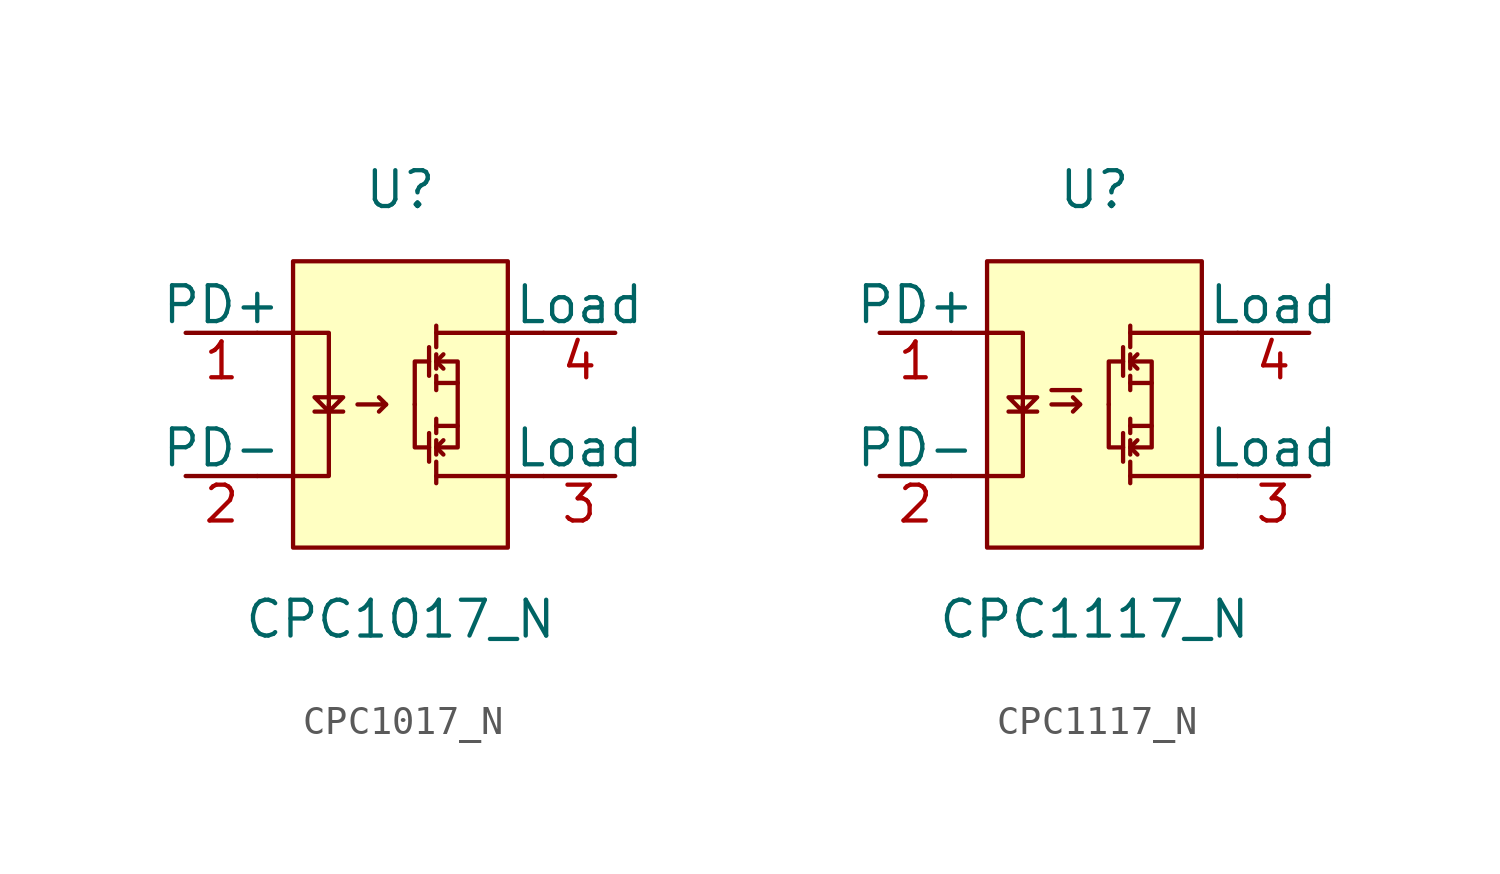
<source format=kicad_sym>
(kicad_symbol_lib
  (version 20211014)
  (generator kicad_symbol_editor)
  (symbol "CPC1017_N"
    (pin_names
      (offset 0))
    (property "Reference" "U"
      (at 0 7.62 0)
      (effects (font (size 1.27 1.27))))
    (property "Value" "CPC1017_N"
      (at 0 -7.62 0)
      (effects (font (size 1.27 1.27))))
    (symbol "CPC1017_N_0_1"
      (rectangle (start -3.81 5.08) (end 3.81 -5.08) (stroke (width 0) (type default) (color 0 0 0 0)) (fill (type background)))
      (polyline (pts (xy -3.048 -0.254) (xy -2.032 -0.254)) (stroke (width 0) (type default) (color 0 0 0 0)) (fill (type none)))
      (polyline (pts (xy -0.508 0) (xy -0.762 -0.254)) (stroke (width 0) (type default) (color 0 0 0 0)) (fill (type none)))
      (polyline (pts (xy 1.016 -1.524) (xy 1.016 -2.032)) (stroke (width 0) (type default) (color 0 0 0 0)) (fill (type none)))
      (polyline (pts (xy 1.016 1.524) (xy 1.016 1.016)) (stroke (width 0) (type default) (color 0 0 0 0)) (fill (type none)))
      (polyline (pts (xy 1.27 -2.032) (xy 1.27 -2.794)) (stroke (width 0) (type default) (color 0 0 0 0)) (fill (type none)))
      (polyline (pts (xy 1.27 -1.778) (xy 1.27 -1.27)) (stroke (width 0) (type default) (color 0 0 0 0)) (fill (type none)))
      (polyline (pts (xy 1.27 -1.016) (xy 1.27 -0.508)) (stroke (width 0) (type default) (color 0 0 0 0)) (fill (type none)))
      (polyline (pts (xy 1.27 -0.762) (xy 2.032 -0.762)) (stroke (width 0) (type default) (color 0 0 0 0)) (fill (type none)))
      (polyline (pts (xy 1.27 0.762) (xy 2.032 0.762)) (stroke (width 0) (type default) (color 0 0 0 0)) (fill (type none)))
      (polyline (pts (xy 1.27 1.016) (xy 1.27 0.508)) (stroke (width 0) (type default) (color 0 0 0 0)) (fill (type none)))
      (polyline (pts (xy 1.27 1.778) (xy 1.27 1.27)) (stroke (width 0) (type default) (color 0 0 0 0)) (fill (type none)))
      (polyline (pts (xy 1.27 2.032) (xy 1.27 2.794)) (stroke (width 0) (type default) (color 0 0 0 0)) (fill (type none)))
      (polyline (pts (xy 5.08 -2.54) (xy 1.27 -2.54)) (stroke (width 0) (type default) (color 0 0 0 0)) (fill (type none)))
      (polyline (pts (xy 5.08 2.54) (xy 1.27 2.54)) (stroke (width 0) (type default) (color 0 0 0 0)) (fill (type none)))
      (polyline (pts (xy -2.54 0) (xy -2.54 -2.54) (xy -5.08 -2.54)) (stroke (width 0) (type default) (color 0 0 0 0)) (fill (type none)))
      (polyline (pts (xy -1.524 0) (xy -0.508 0) (xy -0.762 0.254)) (stroke (width 0) (type default) (color 0 0 0 0)) (fill (type none)))
      (polyline (pts (xy 1.524 -1.778) (xy 1.27 -1.524) (xy 1.524 -1.27)) (stroke (width 0) (type default) (color 0 0 0 0)) (fill (type none)))
      (polyline (pts (xy 1.524 1.778) (xy 1.27 1.524) (xy 1.524 1.27)) (stroke (width 0) (type default) (color 0 0 0 0)) (fill (type none)))
      (polyline (pts (xy 0.508 0) (xy 0.508 -1.524) (xy 1.016 -1.524) (xy 1.016 -1.016)) (stroke (width 0) (type default) (color 0 0 0 0)) (fill (type none)))
      (polyline (pts (xy 0.508 0) (xy 0.508 1.524) (xy 1.016 1.524) (xy 1.016 2.032)) (stroke (width 0) (type default) (color 0 0 0 0)) (fill (type none)))
      (polyline (pts (xy 1.27 1.524) (xy 2.032 1.524) (xy 2.032 -1.524) (xy 1.27 -1.524)) (stroke (width 0) (type default) (color 0 0 0 0)) (fill (type none)))
      (polyline (pts (xy -5.08 2.54) (xy -2.54 2.54) (xy -2.54 -0.254) (xy -3.048 0.254) (xy -2.032 0.254) (xy -2.54 -0.254)) (stroke (width 0) (type default) (color 0 0 0 0)) (fill (type none))))
    (symbol "CPC1017_N_1_1"
      (pin input line (at -7.62 2.54 0) (length 2.54) (name "PD+" (effects (font (size 1.27 1.27)))) (number "1" (effects (font (size 1.27 1.27)))))
      (pin input line (at -7.62 -2.54 0) (length 2.54) (name "PD-" (effects (font (size 1.27 1.27)))) (number "2" (effects (font (size 1.27 1.27)))))
      (pin input line (at 7.62 -2.54 180) (length 2.54) (name "Load" (effects (font (size 1.27 1.27)))) (number "3" (effects (font (size 1.27 1.27)))))
      (pin input line (at 7.62 2.54 180) (length 2.54) (name "Load" (effects (font (size 1.27 1.27)))) (number "4" (effects (font (size 1.27 1.27)))))))
  (symbol "CPC1117_N"
    (pin_names
      (offset 0))
    (property "Reference" "U"
      (at 0 7.62 0)
      (effects (font (size 1.27 1.27))))
    (property "Value" "CPC1117_N"
      (at 0 -7.62 0)
      (effects (font (size 1.27 1.27))))
    (symbol "CPC1117_N_0_1"
      (rectangle (start -3.81 5.08) (end 3.81 -5.08) (stroke (width 0) (type default) (color 0 0 0 0)) (fill (type background)))
      (polyline (pts (xy -3.048 -0.254) (xy -2.032 -0.254)) (stroke (width 0) (type default) (color 0 0 0 0)) (fill (type none)))
      (polyline (pts (xy -1.524 0.508) (xy -0.508 0.508)) (stroke (width 0) (type default) (color 0 0 0 0)) (fill (type none)))
      (polyline (pts (xy -0.508 0) (xy -0.762 -0.254)) (stroke (width 0) (type default) (color 0 0 0 0)) (fill (type none)))
      (polyline (pts (xy 1.016 -1.524) (xy 1.016 -2.032)) (stroke (width 0) (type default) (color 0 0 0 0)) (fill (type none)))
      (polyline (pts (xy 1.016 1.524) (xy 1.016 1.016)) (stroke (width 0) (type default) (color 0 0 0 0)) (fill (type none)))
      (polyline (pts (xy 1.27 -2.032) (xy 1.27 -2.794)) (stroke (width 0) (type default) (color 0 0 0 0)) (fill (type none)))
      (polyline (pts (xy 1.27 -1.778) (xy 1.27 -1.27)) (stroke (width 0) (type default) (color 0 0 0 0)) (fill (type none)))
      (polyline (pts (xy 1.27 -1.016) (xy 1.27 -0.508)) (stroke (width 0) (type default) (color 0 0 0 0)) (fill (type none)))
      (polyline (pts (xy 1.27 -0.762) (xy 2.032 -0.762)) (stroke (width 0) (type default) (color 0 0 0 0)) (fill (type none)))
      (polyline (pts (xy 1.27 0.762) (xy 2.032 0.762)) (stroke (width 0) (type default) (color 0 0 0 0)) (fill (type none)))
      (polyline (pts (xy 1.27 1.016) (xy 1.27 0.508)) (stroke (width 0) (type default) (color 0 0 0 0)) (fill (type none)))
      (polyline (pts (xy 1.27 1.778) (xy 1.27 1.27)) (stroke (width 0) (type default) (color 0 0 0 0)) (fill (type none)))
      (polyline (pts (xy 1.27 2.032) (xy 1.27 2.794)) (stroke (width 0) (type default) (color 0 0 0 0)) (fill (type none)))
      (polyline (pts (xy 5.08 -2.54) (xy 1.27 -2.54)) (stroke (width 0) (type default) (color 0 0 0 0)) (fill (type none)))
      (polyline (pts (xy 5.08 2.54) (xy 1.27 2.54)) (stroke (width 0) (type default) (color 0 0 0 0)) (fill (type none)))
      (polyline (pts (xy -2.54 0) (xy -2.54 -2.54) (xy -5.08 -2.54)) (stroke (width 0) (type default) (color 0 0 0 0)) (fill (type none)))
      (polyline (pts (xy -1.524 0) (xy -0.508 0) (xy -0.762 0.254)) (stroke (width 0) (type default) (color 0 0 0 0)) (fill (type none)))
      (polyline (pts (xy 1.524 -1.778) (xy 1.27 -1.524) (xy 1.524 -1.27)) (stroke (width 0) (type default) (color 0 0 0 0)) (fill (type none)))
      (polyline (pts (xy 1.524 1.778) (xy 1.27 1.524) (xy 1.524 1.27)) (stroke (width 0) (type default) (color 0 0 0 0)) (fill (type none)))
      (polyline (pts (xy 0.508 0) (xy 0.508 -1.524) (xy 1.016 -1.524) (xy 1.016 -1.016)) (stroke (width 0) (type default) (color 0 0 0 0)) (fill (type none)))
      (polyline (pts (xy 0.508 0) (xy 0.508 1.524) (xy 1.016 1.524) (xy 1.016 2.032)) (stroke (width 0) (type default) (color 0 0 0 0)) (fill (type none)))
      (polyline (pts (xy 1.27 1.524) (xy 2.032 1.524) (xy 2.032 -1.524) (xy 1.27 -1.524)) (stroke (width 0) (type default) (color 0 0 0 0)) (fill (type none)))
      (polyline (pts (xy -5.08 2.54) (xy -2.54 2.54) (xy -2.54 -0.254) (xy -3.048 0.254) (xy -2.032 0.254) (xy -2.54 -0.254)) (stroke (width 0) (type default) (color 0 0 0 0)) (fill (type none))))
    (symbol "CPC1117_N_1_1"
      (pin input line (at -7.62 2.54 0) (length 2.54) (name "PD+" (effects (font (size 1.27 1.27)))) (number "1" (effects (font (size 1.27 1.27)))))
      (pin input line (at -7.62 -2.54 0) (length 2.54) (name "PD-" (effects (font (size 1.27 1.27)))) (number "2" (effects (font (size 1.27 1.27)))))
      (pin input line (at 7.62 -2.54 180) (length 2.54) (name "Load" (effects (font (size 1.27 1.27)))) (number "3" (effects (font (size 1.27 1.27)))))
      (pin input line (at 7.62 2.54 180) (length 2.54) (name "Load" (effects (font (size 1.27 1.27)))) (number "4" (effects (font (size 1.27 1.27))))))))
</source>
